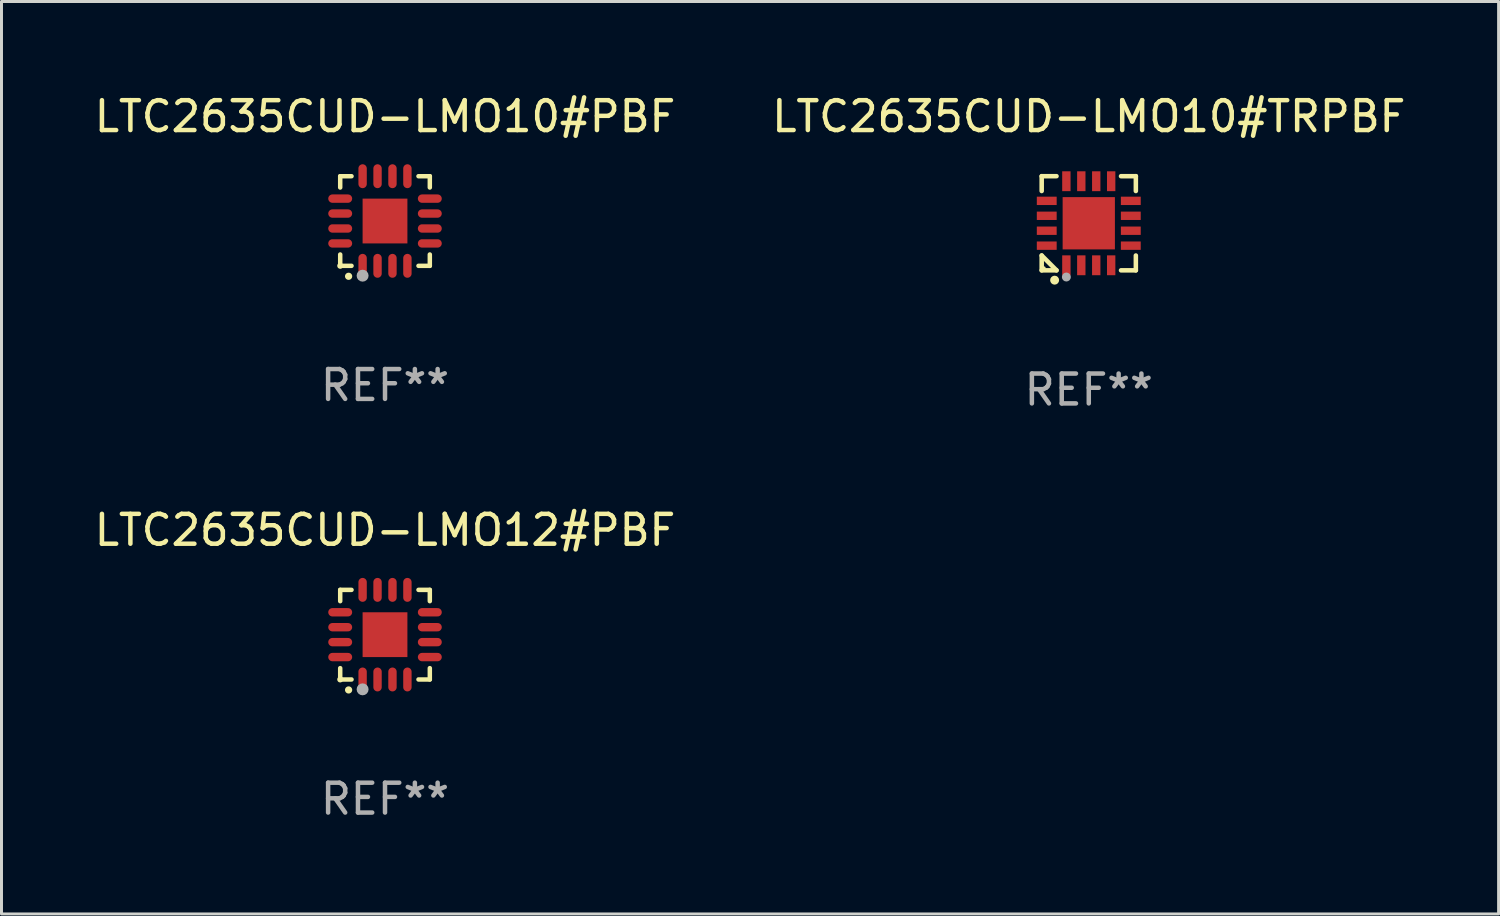
<source format=kicad_pcb>
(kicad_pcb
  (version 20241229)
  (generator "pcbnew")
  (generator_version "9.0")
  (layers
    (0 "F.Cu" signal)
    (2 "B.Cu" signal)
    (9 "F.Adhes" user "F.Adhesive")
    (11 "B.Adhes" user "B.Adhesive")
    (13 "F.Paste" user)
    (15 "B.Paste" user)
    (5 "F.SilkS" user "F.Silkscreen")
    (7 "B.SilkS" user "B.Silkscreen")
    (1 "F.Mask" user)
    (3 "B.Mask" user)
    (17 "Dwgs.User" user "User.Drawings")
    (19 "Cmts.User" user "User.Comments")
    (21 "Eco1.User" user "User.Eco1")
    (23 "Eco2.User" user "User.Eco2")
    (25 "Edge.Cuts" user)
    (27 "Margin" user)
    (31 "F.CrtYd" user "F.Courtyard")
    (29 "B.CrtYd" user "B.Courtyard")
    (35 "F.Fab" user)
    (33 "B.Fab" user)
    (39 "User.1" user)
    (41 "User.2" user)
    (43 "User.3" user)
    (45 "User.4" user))
  (footprint "LTC2635CUD-LMO10#PBF"
    (layer "F.Cu")
    (at 9.839 4.349)
    (property "Reference" "LTC2635CUD-LMO10#PBF" (at 0 -3.5 0) (layer "F.SilkS") (effects (font (size 1 1) (thickness 0.15))))
    (attr through_hole)
    (fp_line (start -1.5 -1.5) (end -1.121 -1.5) (stroke (width 0.15) (type solid)) (layer "F.SilkS"))
    (fp_line (start -1.5 -1.122) (end -1.5 -1.5) (stroke (width 0.15) (type solid)) (layer "F.SilkS"))
    (fp_line (start -1.5 1.5) (end -1.5 1.121) (stroke (width 0.15) (type solid)) (layer "F.SilkS"))
    (fp_line (start -1.121 1.5) (end -1.5 1.5) (stroke (width 0.15) (type solid)) (layer "F.SilkS"))
    (fp_line (start 1.121 -1.5) (end 1.5 -1.5) (stroke (width 0.15) (type solid)) (layer "F.SilkS"))
    (fp_line (start 1.5 -1.5) (end 1.5 -1.122) (stroke (width 0.15) (type solid)) (layer "F.SilkS"))
    (fp_line (start 1.5 1.121) (end 1.5 1.5) (stroke (width 0.15) (type solid)) (layer "F.SilkS"))
    (fp_line (start 1.5 1.5) (end 1.121 1.5) (stroke (width 0.15) (type solid)) (layer "F.SilkS"))
    (fp_arc (start -1.219926 1.850254) (mid -1.21891 1.85025) (end -1.217894 1.850254) (stroke (width 0.240005) (type solid)) (layer "F.SilkS"))
    (fp_circle (center -1.5 1.5) (end -1.45 1.5) (stroke (width 0.1) (type solid)) (fill no) (layer "F.SilkS"))
    (fp_circle (center -0.75 1.83) (end -0.65 1.83) (stroke (width 0.2) (type solid)) (fill no) (layer "F.Fab"))
    (fp_text user "REF**" (at 0 5.5 0) (layer "F.Fab") (effects (font (size 1 1) (thickness 0.15))))
    (pad "1" smd oval (at -0.75 1.5) (size 0.28 0.8) (layers "F.Cu" "F.Mask" "F.Paste"))
    (pad "2" smd oval (at -0.25 1.5) (size 0.28 0.8) (layers "F.Cu" "F.Mask" "F.Paste"))
    (pad "3" smd oval (at 0.25 1.5) (size 0.28 0.8) (layers "F.Cu" "F.Mask" "F.Paste"))
    (pad "4" smd oval (at 0.75 1.5) (size 0.28 0.8) (layers "F.Cu" "F.Mask" "F.Paste"))
    (pad "5" smd oval (at 1.5 0.75) (size 0.8 0.28) (layers "F.Cu" "F.Mask" "F.Paste"))
    (pad "6" smd oval (at 1.5 0.25) (size 0.8 0.28) (layers "F.Cu" "F.Mask" "F.Paste"))
    (pad "7" smd oval (at 1.5 -0.25) (size 0.8 0.28) (layers "F.Cu" "F.Mask" "F.Paste"))
    (pad "8" smd oval (at 1.5 -0.75) (size 0.8 0.28) (layers "F.Cu" "F.Mask" "F.Paste"))
    (pad "9" smd oval (at 0.75 -1.5) (size 0.28 0.8) (layers "F.Cu" "F.Mask" "F.Paste"))
    (pad "10" smd oval (at 0.25 -1.5) (size 0.28 0.8) (layers "F.Cu" "F.Mask" "F.Paste"))
    (pad "11" smd oval (at -0.25 -1.5) (size 0.28 0.8) (layers "F.Cu" "F.Mask" "F.Paste"))
    (pad "12" smd oval (at -0.75 -1.5) (size 0.28 0.8) (layers "F.Cu" "F.Mask" "F.Paste"))
    (pad "13" smd oval (at -1.5 -0.75) (size 0.8 0.28) (layers "F.Cu" "F.Mask" "F.Paste"))
    (pad "14" smd oval (at -1.5 -0.25) (size 0.8 0.28) (layers "F.Cu" "F.Mask" "F.Paste"))
    (pad "15" smd oval (at -1.5 0.25) (size 0.8 0.28) (layers "F.Cu" "F.Mask" "F.Paste"))
    (pad "16" smd oval (at -1.5 0.75) (size 0.8 0.28) (layers "F.Cu" "F.Mask" "F.Paste"))
    (pad "17" smd rect (at -0.000064 0.000165) (size 1.5 1.5) (layers "F.Cu" "F.Mask" "F.Paste")))
  (footprint "LTC2635CUD-LMO10#TRPBF"
    (layer "F.Cu")
    (at 33.399 4.424)
    (property "Reference" "LTC2635CUD-LMO10#TRPBF" (at 0 -3.576 0) (layer "F.SilkS") (effects (font (size 1 1) (thickness 0.15))))
    (attr through_hole)
    (fp_line (start -1.576 -1.576) (end -1.08 -1.576) (stroke (width 0.152) (type solid)) (layer "F.SilkS"))
    (fp_line (start -1.576 -1.08) (end -1.576 -1.576) (stroke (width 0.152) (type solid)) (layer "F.SilkS"))
    (fp_line (start -1.576 1.08) (end -1.576 1.576) (stroke (width 0.152) (type solid)) (layer "F.SilkS"))
    (fp_line (start -1.576 1.576) (end -1.08 1.576) (stroke (width 0.152) (type solid)) (layer "F.SilkS"))
    (fp_line (start -1.08 1.576) (end -1.576 1.08) (stroke (width 0.152) (type solid)) (layer "F.SilkS"))
    (fp_line (start 1.576 -1.576) (end 1.08 -1.576) (stroke (width 0.152) (type solid)) (layer "F.SilkS"))
    (fp_line (start 1.576 -1.08) (end 1.576 -1.576) (stroke (width 0.152) (type solid)) (layer "F.SilkS"))
    (fp_line (start 1.576 1.08) (end 1.576 1.576) (stroke (width 0.152) (type solid)) (layer "F.SilkS"))
    (fp_line (start 1.576 1.576) (end 1.08 1.576) (stroke (width 0.152) (type solid)) (layer "F.SilkS"))
    (fp_circle (center -1.5 1.5) (end -1.47 1.5) (stroke (width 0.06) (type solid)) (fill no) (layer "F.SilkS"))
    (fp_circle (center -1.143 1.905) (end -1.068 1.905) (stroke (width 0.15) (type solid)) (fill no) (layer "F.SilkS"))
    (fp_circle (center -0.75 1.8) (end -0.675 1.8) (stroke (width 0.15) (type solid)) (fill no) (layer "F.Fab"))
    (fp_text user "REF**" (at 0 5.576 0) (layer "F.Fab") (effects (font (size 1 1) (thickness 0.15))))
    (pad "1" smd rect (at -0.75 1.407) (size 0.28 0.665) (layers "F.Cu" "F.Mask" "F.Paste"))
    (pad "2" smd rect (at -0.25 1.407) (size 0.28 0.665) (layers "F.Cu" "F.Mask" "F.Paste"))
    (pad "3" smd rect (at 0.25 1.407) (size 0.28 0.665) (layers "F.Cu" "F.Mask" "F.Paste"))
    (pad "4" smd rect (at 0.75 1.407) (size 0.28 0.665) (layers "F.Cu" "F.Mask" "F.Paste"))
    (pad "5" smd rect (at 1.407 0.75) (size 0.665 0.28) (layers "F.Cu" "F.Mask" "F.Paste"))
    (pad "6" smd rect (at 1.407 0.25) (size 0.665 0.28) (layers "F.Cu" "F.Mask" "F.Paste"))
    (pad "7" smd rect (at 1.407 -0.25) (size 0.665 0.28) (layers "F.Cu" "F.Mask" "F.Paste"))
    (pad "8" smd rect (at 1.407 -0.75) (size 0.665 0.28) (layers "F.Cu" "F.Mask" "F.Paste"))
    (pad "9" smd rect (at 0.75 -1.407) (size 0.28 0.665) (layers "F.Cu" "F.Mask" "F.Paste"))
    (pad "10" smd rect (at 0.25 -1.407) (size 0.28 0.665) (layers "F.Cu" "F.Mask" "F.Paste"))
    (pad "11" smd rect (at -0.25 -1.407) (size 0.28 0.665) (layers "F.Cu" "F.Mask" "F.Paste"))
    (pad "12" smd rect (at -0.75 -1.407) (size 0.28 0.665) (layers "F.Cu" "F.Mask" "F.Paste"))
    (pad "13" smd rect (at -1.407 -0.75) (size 0.665 0.28) (layers "F.Cu" "F.Mask" "F.Paste"))
    (pad "14" smd rect (at -1.407 -0.25) (size 0.665 0.28) (layers "F.Cu" "F.Mask" "F.Paste"))
    (pad "15" smd rect (at -1.407 0.25) (size 0.665 0.28) (layers "F.Cu" "F.Mask" "F.Paste"))
    (pad "16" smd rect (at -1.407 0.75) (size 0.665 0.28) (layers "F.Cu" "F.Mask" "F.Paste"))
    (pad "17" smd rect (at 0 0) (size 1.75 1.75) (layers "F.Cu" "F.Mask" "F.Paste")))
  (footprint "LTC2635CUD-LMO12#PBF"
    (layer "F.Cu")
    (at 9.839 18.197)
    (property "Reference" "LTC2635CUD-LMO12#PBF" (at 0 -3.5 0) (layer "F.SilkS") (effects (font (size 1 1) (thickness 0.15))))
    (attr through_hole)
    (fp_line (start -1.5 -1.5) (end -1.121 -1.5) (stroke (width 0.15) (type solid)) (layer "F.SilkS"))
    (fp_line (start -1.5 -1.122) (end -1.5 -1.5) (stroke (width 0.15) (type solid)) (layer "F.SilkS"))
    (fp_line (start -1.5 1.5) (end -1.5 1.121) (stroke (width 0.15) (type solid)) (layer "F.SilkS"))
    (fp_line (start -1.121 1.5) (end -1.5 1.5) (stroke (width 0.15) (type solid)) (layer "F.SilkS"))
    (fp_line (start 1.121 -1.5) (end 1.5 -1.5) (stroke (width 0.15) (type solid)) (layer "F.SilkS"))
    (fp_line (start 1.5 -1.5) (end 1.5 -1.122) (stroke (width 0.15) (type solid)) (layer "F.SilkS"))
    (fp_line (start 1.5 1.121) (end 1.5 1.5) (stroke (width 0.15) (type solid)) (layer "F.SilkS"))
    (fp_line (start 1.5 1.5) (end 1.121 1.5) (stroke (width 0.15) (type solid)) (layer "F.SilkS"))
    (fp_arc (start -1.219926 1.850254) (mid -1.21891 1.85025) (end -1.217894 1.850254) (stroke (width 0.240005) (type solid)) (layer "F.SilkS"))
    (fp_circle (center -1.5 1.5) (end -1.45 1.5) (stroke (width 0.1) (type solid)) (fill no) (layer "F.SilkS"))
    (fp_circle (center -0.75 1.83) (end -0.65 1.83) (stroke (width 0.2) (type solid)) (fill no) (layer "F.Fab"))
    (fp_text user "REF**" (at 0 5.5 0) (layer "F.Fab") (effects (font (size 1 1) (thickness 0.15))))
    (pad "1" smd oval (at -0.75 1.5) (size 0.28 0.8) (layers "F.Cu" "F.Mask" "F.Paste"))
    (pad "2" smd oval (at -0.25 1.5) (size 0.28 0.8) (layers "F.Cu" "F.Mask" "F.Paste"))
    (pad "3" smd oval (at 0.25 1.5) (size 0.28 0.8) (layers "F.Cu" "F.Mask" "F.Paste"))
    (pad "4" smd oval (at 0.75 1.5) (size 0.28 0.8) (layers "F.Cu" "F.Mask" "F.Paste"))
    (pad "5" smd oval (at 1.5 0.75) (size 0.8 0.28) (layers "F.Cu" "F.Mask" "F.Paste"))
    (pad "6" smd oval (at 1.5 0.25) (size 0.8 0.28) (layers "F.Cu" "F.Mask" "F.Paste"))
    (pad "7" smd oval (at 1.5 -0.25) (size 0.8 0.28) (layers "F.Cu" "F.Mask" "F.Paste"))
    (pad "8" smd oval (at 1.5 -0.75) (size 0.8 0.28) (layers "F.Cu" "F.Mask" "F.Paste"))
    (pad "9" smd oval (at 0.75 -1.5) (size 0.28 0.8) (layers "F.Cu" "F.Mask" "F.Paste"))
    (pad "10" smd oval (at 0.25 -1.5) (size 0.28 0.8) (layers "F.Cu" "F.Mask" "F.Paste"))
    (pad "11" smd oval (at -0.25 -1.5) (size 0.28 0.8) (layers "F.Cu" "F.Mask" "F.Paste"))
    (pad "12" smd oval (at -0.75 -1.5) (size 0.28 0.8) (layers "F.Cu" "F.Mask" "F.Paste"))
    (pad "13" smd oval (at -1.5 -0.75) (size 0.8 0.28) (layers "F.Cu" "F.Mask" "F.Paste"))
    (pad "14" smd oval (at -1.5 -0.25) (size 0.8 0.28) (layers "F.Cu" "F.Mask" "F.Paste"))
    (pad "15" smd oval (at -1.5 0.25) (size 0.8 0.28) (layers "F.Cu" "F.Mask" "F.Paste"))
    (pad "16" smd oval (at -1.5 0.75) (size 0.8 0.28) (layers "F.Cu" "F.Mask" "F.Paste"))
    (pad "17" smd rect (at -0.000064 0.000165) (size 1.5 1.5) (layers "F.Cu" "F.Mask" "F.Paste")))
  (gr_rect
    (start -3 -3)
    (end 47.119 27.546)
    (stroke (width 0.1) (type default))
    (fill no)
    (layer "Edge.Cuts")))
</source>
